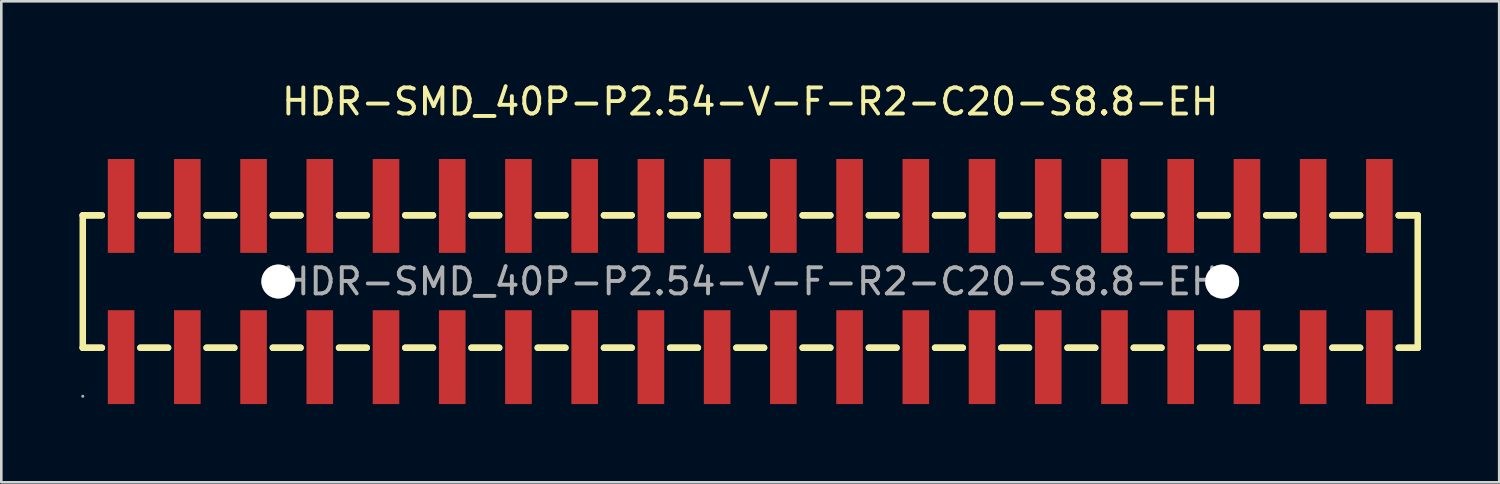
<source format=kicad_pcb>
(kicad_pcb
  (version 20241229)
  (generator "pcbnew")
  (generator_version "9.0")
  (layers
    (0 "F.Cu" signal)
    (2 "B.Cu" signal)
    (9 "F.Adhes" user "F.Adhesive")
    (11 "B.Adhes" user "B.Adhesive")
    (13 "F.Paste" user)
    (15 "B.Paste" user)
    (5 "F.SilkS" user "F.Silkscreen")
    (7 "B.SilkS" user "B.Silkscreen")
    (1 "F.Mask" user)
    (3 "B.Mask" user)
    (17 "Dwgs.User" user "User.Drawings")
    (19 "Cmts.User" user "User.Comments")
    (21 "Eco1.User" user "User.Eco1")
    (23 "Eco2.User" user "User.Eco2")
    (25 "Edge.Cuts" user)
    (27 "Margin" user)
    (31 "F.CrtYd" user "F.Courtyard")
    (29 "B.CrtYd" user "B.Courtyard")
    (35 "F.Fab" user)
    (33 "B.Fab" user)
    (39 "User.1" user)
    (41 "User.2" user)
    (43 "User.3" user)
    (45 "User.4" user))
  (footprint "HDR-SMD_40P-P2.54-V-F-R2-C20-S8.8-EH"
    (layer "F.Cu")
    (at 25.725 7.748)
    (property "Reference" "HDR-SMD_40P-P2.54-V-F-R2-C20-S8.8-EH" (at 0 -6.9 0) (layer "F.SilkS") (effects (font (size 1 1) (thickness 0.15))))
    (attr smd)
    (fp_line (start -25.6 -2.54) (end -25.6 2.54) (stroke (width 0.25) (type solid)) (layer "F.SilkS"))
    (fp_line (start -25.6 -2.54) (end -24.87 -2.54) (stroke (width 0.25) (type solid)) (layer "F.SilkS"))
    (fp_line (start -25.6 -2.54) (end -24.87 -2.54) (stroke (width 0.25) (type solid)) (layer "F.SilkS"))
    (fp_line (start -24.87 2.54) (end -25.6 2.54) (stroke (width 0.25) (type solid)) (layer "F.SilkS"))
    (fp_line (start -24.87 2.54) (end -25.6 2.54) (stroke (width 0.25) (type solid)) (layer "F.SilkS"))
    (fp_line (start -23.39 -2.54) (end -22.33 -2.54) (stroke (width 0.25) (type solid)) (layer "F.SilkS"))
    (fp_line (start -23.39 -2.54) (end -22.33 -2.54) (stroke (width 0.25) (type solid)) (layer "F.SilkS"))
    (fp_line (start -22.33 2.54) (end -23.39 2.54) (stroke (width 0.25) (type solid)) (layer "F.SilkS"))
    (fp_line (start -22.33 2.54) (end -23.39 2.54) (stroke (width 0.25) (type solid)) (layer "F.SilkS"))
    (fp_line (start -20.85 -2.54) (end -19.79 -2.54) (stroke (width 0.25) (type solid)) (layer "F.SilkS"))
    (fp_line (start -20.85 -2.54) (end -19.79 -2.54) (stroke (width 0.25) (type solid)) (layer "F.SilkS"))
    (fp_line (start -19.79 2.54) (end -20.85 2.54) (stroke (width 0.25) (type solid)) (layer "F.SilkS"))
    (fp_line (start -19.79 2.54) (end -20.85 2.54) (stroke (width 0.25) (type solid)) (layer "F.SilkS"))
    (fp_line (start -18.31 -2.54) (end -17.25 -2.54) (stroke (width 0.25) (type solid)) (layer "F.SilkS"))
    (fp_line (start -18.31 -2.54) (end -17.25 -2.54) (stroke (width 0.25) (type solid)) (layer "F.SilkS"))
    (fp_line (start -17.25 2.54) (end -18.31 2.54) (stroke (width 0.25) (type solid)) (layer "F.SilkS"))
    (fp_line (start -17.25 2.54) (end -18.31 2.54) (stroke (width 0.25) (type solid)) (layer "F.SilkS"))
    (fp_line (start -15.77 -2.54) (end -14.71 -2.54) (stroke (width 0.25) (type solid)) (layer "F.SilkS"))
    (fp_line (start -15.77 -2.54) (end -14.71 -2.54) (stroke (width 0.25) (type solid)) (layer "F.SilkS"))
    (fp_line (start -14.71 2.54) (end -15.77 2.54) (stroke (width 0.25) (type solid)) (layer "F.SilkS"))
    (fp_line (start -14.71 2.54) (end -15.77 2.54) (stroke (width 0.25) (type solid)) (layer "F.SilkS"))
    (fp_line (start -13.23 -2.54) (end -12.17 -2.54) (stroke (width 0.25) (type solid)) (layer "F.SilkS"))
    (fp_line (start -13.23 -2.54) (end -12.17 -2.54) (stroke (width 0.25) (type solid)) (layer "F.SilkS"))
    (fp_line (start -12.17 2.54) (end -13.23 2.54) (stroke (width 0.25) (type solid)) (layer "F.SilkS"))
    (fp_line (start -12.17 2.54) (end -13.23 2.54) (stroke (width 0.25) (type solid)) (layer "F.SilkS"))
    (fp_line (start -10.69 -2.54) (end -9.63 -2.54) (stroke (width 0.25) (type solid)) (layer "F.SilkS"))
    (fp_line (start -10.69 -2.54) (end -9.63 -2.54) (stroke (width 0.25) (type solid)) (layer "F.SilkS"))
    (fp_line (start -9.63 2.54) (end -10.69 2.54) (stroke (width 0.25) (type solid)) (layer "F.SilkS"))
    (fp_line (start -9.63 2.54) (end -10.69 2.54) (stroke (width 0.25) (type solid)) (layer "F.SilkS"))
    (fp_line (start -8.15 -2.54) (end -7.09 -2.54) (stroke (width 0.25) (type solid)) (layer "F.SilkS"))
    (fp_line (start -8.15 -2.54) (end -7.09 -2.54) (stroke (width 0.25) (type solid)) (layer "F.SilkS"))
    (fp_line (start -7.09 2.54) (end -8.15 2.54) (stroke (width 0.25) (type solid)) (layer "F.SilkS"))
    (fp_line (start -7.09 2.54) (end -8.15 2.54) (stroke (width 0.25) (type solid)) (layer "F.SilkS"))
    (fp_line (start -5.61 -2.54) (end -4.55 -2.54) (stroke (width 0.25) (type solid)) (layer "F.SilkS"))
    (fp_line (start -5.61 -2.54) (end -4.55 -2.54) (stroke (width 0.25) (type solid)) (layer "F.SilkS"))
    (fp_line (start -4.55 2.54) (end -5.61 2.54) (stroke (width 0.25) (type solid)) (layer "F.SilkS"))
    (fp_line (start -4.55 2.54) (end -5.61 2.54) (stroke (width 0.25) (type solid)) (layer "F.SilkS"))
    (fp_line (start -3.07 -2.54) (end -2.01 -2.54) (stroke (width 0.25) (type solid)) (layer "F.SilkS"))
    (fp_line (start -3.07 -2.54) (end -2.01 -2.54) (stroke (width 0.25) (type solid)) (layer "F.SilkS"))
    (fp_line (start -2.01 2.54) (end -3.07 2.54) (stroke (width 0.25) (type solid)) (layer "F.SilkS"))
    (fp_line (start -2.01 2.54) (end -3.07 2.54) (stroke (width 0.25) (type solid)) (layer "F.SilkS"))
    (fp_line (start -0.53 -2.54) (end 0.53 -2.54) (stroke (width 0.25) (type solid)) (layer "F.SilkS"))
    (fp_line (start -0.53 -2.54) (end 0.53 -2.54) (stroke (width 0.25) (type solid)) (layer "F.SilkS"))
    (fp_line (start 0.53 2.54) (end -0.53 2.54) (stroke (width 0.25) (type solid)) (layer "F.SilkS"))
    (fp_line (start 0.53 2.54) (end -0.53 2.54) (stroke (width 0.25) (type solid)) (layer "F.SilkS"))
    (fp_line (start 2.01 -2.54) (end 3.07 -2.54) (stroke (width 0.25) (type solid)) (layer "F.SilkS"))
    (fp_line (start 2.01 -2.54) (end 3.07 -2.54) (stroke (width 0.25) (type solid)) (layer "F.SilkS"))
    (fp_line (start 3.07 2.54) (end 2.01 2.54) (stroke (width 0.25) (type solid)) (layer "F.SilkS"))
    (fp_line (start 3.07 2.54) (end 2.01 2.54) (stroke (width 0.25) (type solid)) (layer "F.SilkS"))
    (fp_line (start 4.55 -2.54) (end 5.61 -2.54) (stroke (width 0.25) (type solid)) (layer "F.SilkS"))
    (fp_line (start 4.55 -2.54) (end 5.61 -2.54) (stroke (width 0.25) (type solid)) (layer "F.SilkS"))
    (fp_line (start 5.61 2.54) (end 4.55 2.54) (stroke (width 0.25) (type solid)) (layer "F.SilkS"))
    (fp_line (start 5.61 2.54) (end 4.55 2.54) (stroke (width 0.25) (type solid)) (layer "F.SilkS"))
    (fp_line (start 7.09 -2.54) (end 8.15 -2.54) (stroke (width 0.25) (type solid)) (layer "F.SilkS"))
    (fp_line (start 7.09 -2.54) (end 8.15 -2.54) (stroke (width 0.25) (type solid)) (layer "F.SilkS"))
    (fp_line (start 8.15 2.54) (end 7.09 2.54) (stroke (width 0.25) (type solid)) (layer "F.SilkS"))
    (fp_line (start 8.15 2.54) (end 7.09 2.54) (stroke (width 0.25) (type solid)) (layer "F.SilkS"))
    (fp_line (start 9.63 -2.54) (end 10.69 -2.54) (stroke (width 0.25) (type solid)) (layer "F.SilkS"))
    (fp_line (start 9.63 -2.54) (end 10.69 -2.54) (stroke (width 0.25) (type solid)) (layer "F.SilkS"))
    (fp_line (start 10.69 2.54) (end 9.63 2.54) (stroke (width 0.25) (type solid)) (layer "F.SilkS"))
    (fp_line (start 10.69 2.54) (end 9.63 2.54) (stroke (width 0.25) (type solid)) (layer "F.SilkS"))
    (fp_line (start 12.17 -2.54) (end 13.23 -2.54) (stroke (width 0.25) (type solid)) (layer "F.SilkS"))
    (fp_line (start 12.17 -2.54) (end 13.23 -2.54) (stroke (width 0.25) (type solid)) (layer "F.SilkS"))
    (fp_line (start 13.23 2.54) (end 12.17 2.54) (stroke (width 0.25) (type solid)) (layer "F.SilkS"))
    (fp_line (start 13.23 2.54) (end 12.17 2.54) (stroke (width 0.25) (type solid)) (layer "F.SilkS"))
    (fp_line (start 14.71 -2.54) (end 15.77 -2.54) (stroke (width 0.25) (type solid)) (layer "F.SilkS"))
    (fp_line (start 14.71 -2.54) (end 15.77 -2.54) (stroke (width 0.25) (type solid)) (layer "F.SilkS"))
    (fp_line (start 15.77 2.54) (end 14.71 2.54) (stroke (width 0.25) (type solid)) (layer "F.SilkS"))
    (fp_line (start 15.77 2.54) (end 14.71 2.54) (stroke (width 0.25) (type solid)) (layer "F.SilkS"))
    (fp_line (start 17.25 -2.54) (end 18.31 -2.54) (stroke (width 0.25) (type solid)) (layer "F.SilkS"))
    (fp_line (start 17.25 -2.54) (end 18.31 -2.54) (stroke (width 0.25) (type solid)) (layer "F.SilkS"))
    (fp_line (start 18.31 2.54) (end 17.25 2.54) (stroke (width 0.25) (type solid)) (layer "F.SilkS"))
    (fp_line (start 18.31 2.54) (end 17.25 2.54) (stroke (width 0.25) (type solid)) (layer "F.SilkS"))
    (fp_line (start 19.79 -2.54) (end 20.85 -2.54) (stroke (width 0.25) (type solid)) (layer "F.SilkS"))
    (fp_line (start 19.79 -2.54) (end 20.85 -2.54) (stroke (width 0.25) (type solid)) (layer "F.SilkS"))
    (fp_line (start 20.85 2.54) (end 19.79 2.54) (stroke (width 0.25) (type solid)) (layer "F.SilkS"))
    (fp_line (start 20.85 2.54) (end 19.79 2.54) (stroke (width 0.25) (type solid)) (layer "F.SilkS"))
    (fp_line (start 22.33 -2.54) (end 23.39 -2.54) (stroke (width 0.25) (type solid)) (layer "F.SilkS"))
    (fp_line (start 22.33 -2.54) (end 23.39 -2.54) (stroke (width 0.25) (type solid)) (layer "F.SilkS"))
    (fp_line (start 23.39 2.54) (end 22.33 2.54) (stroke (width 0.25) (type solid)) (layer "F.SilkS"))
    (fp_line (start 23.39 2.54) (end 22.33 2.54) (stroke (width 0.25) (type solid)) (layer "F.SilkS"))
    (fp_line (start 24.87 -2.54) (end 25.6 -2.54) (stroke (width 0.25) (type solid)) (layer "F.SilkS"))
    (fp_line (start 24.87 -2.54) (end 25.6 -2.54) (stroke (width 0.25) (type solid)) (layer "F.SilkS"))
    (fp_line (start 25.6 -2.54) (end 25.6 2.54) (stroke (width 0.25) (type solid)) (layer "F.SilkS"))
    (fp_line (start 25.6 2.54) (end 24.87 2.54) (stroke (width 0.25) (type solid)) (layer "F.SilkS"))
    (fp_line (start 25.6 2.54) (end 24.87 2.54) (stroke (width 0.25) (type solid)) (layer "F.SilkS"))
    (fp_circle (center -18.1 0) (end -17.85 0) (stroke (width 0.5) (type solid)) (fill no) (layer "Cmts.User"))
    (fp_circle (center 18.1 0) (end 18.35 0) (stroke (width 0.5) (type solid)) (fill no) (layer "Cmts.User"))
    (fp_circle (center -25.6 4.4) (end -25.57 4.4) (stroke (width 0.06) (type solid)) (fill no) (layer "F.Fab"))
    (fp_text user "${REFERENCE}" (at 0 0 0) (layer "F.Fab") (effects (font (size 1 1) (thickness 0.15))))
    (pad "" thru_hole circle (at -18.1 0) (size 1.3 1.3) (drill 1.3) (layers "*.Cu" "*.Mask"))
    (pad "" thru_hole circle (at 18.1 0) (size 1.3 1.3) (drill 1.3) (layers "*.Cu" "*.Mask"))
    (pad "1" smd rect (at -24.13 2.9) (size 1.02 3.6) (layers "F.Cu" "F.Mask" "F.Paste"))
    (pad "2" smd rect (at -24.13 -2.9) (size 1.02 3.6) (layers "F.Cu" "F.Mask" "F.Paste"))
    (pad "3" smd rect (at -21.59 2.9) (size 1.02 3.6) (layers "F.Cu" "F.Mask" "F.Paste"))
    (pad "4" smd rect (at -21.59 -2.9) (size 1.02 3.6) (layers "F.Cu" "F.Mask" "F.Paste"))
    (pad "5" smd rect (at -19.05 2.9 180) (size 1.02 3.6) (layers "F.Cu" "F.Mask" "F.Paste"))
    (pad "6" smd rect (at -19.05 -2.9 180) (size 1.02 3.6) (layers "F.Cu" "F.Mask" "F.Paste"))
    (pad "7" smd rect (at -16.51 2.9 180) (size 1.02 3.6) (layers "F.Cu" "F.Mask" "F.Paste"))
    (pad "8" smd rect (at -16.51 -2.9 180) (size 1.02 3.6) (layers "F.Cu" "F.Mask" "F.Paste"))
    (pad "9" smd rect (at -13.97 2.9 180) (size 1.02 3.6) (layers "F.Cu" "F.Mask" "F.Paste"))
    (pad "10" smd rect (at -13.97 -2.9 180) (size 1.02 3.6) (layers "F.Cu" "F.Mask" "F.Paste"))
    (pad "11" smd rect (at -11.43 2.9 180) (size 1.02 3.6) (layers "F.Cu" "F.Mask" "F.Paste"))
    (pad "12" smd rect (at -11.43 -2.9 180) (size 1.02 3.6) (layers "F.Cu" "F.Mask" "F.Paste"))
    (pad "13" smd rect (at -8.89 2.9 180) (size 1.02 3.6) (layers "F.Cu" "F.Mask" "F.Paste"))
    (pad "14" smd rect (at -8.89 -2.9 180) (size 1.02 3.6) (layers "F.Cu" "F.Mask" "F.Paste"))
    (pad "15" smd rect (at -6.35 2.9 180) (size 1.02 3.6) (layers "F.Cu" "F.Mask" "F.Paste"))
    (pad "16" smd rect (at -6.35 -2.9 180) (size 1.02 3.6) (layers "F.Cu" "F.Mask" "F.Paste"))
    (pad "17" smd rect (at -3.81 2.9 180) (size 1.02 3.6) (layers "F.Cu" "F.Mask" "F.Paste"))
    (pad "18" smd rect (at -3.81 -2.9 180) (size 1.02 3.6) (layers "F.Cu" "F.Mask" "F.Paste"))
    (pad "19" smd rect (at -1.27 2.9 180) (size 1.02 3.6) (layers "F.Cu" "F.Mask" "F.Paste"))
    (pad "20" smd rect (at -1.27 -2.9 180) (size 1.02 3.6) (layers "F.Cu" "F.Mask" "F.Paste"))
    (pad "21" smd rect (at 1.27 2.9 180) (size 1.02 3.6) (layers "F.Cu" "F.Mask" "F.Paste"))
    (pad "22" smd rect (at 1.27 -2.9 180) (size 1.02 3.6) (layers "F.Cu" "F.Mask" "F.Paste"))
    (pad "23" smd rect (at 3.81 2.9 180) (size 1.02 3.6) (layers "F.Cu" "F.Mask" "F.Paste"))
    (pad "24" smd rect (at 3.81 -2.9 180) (size 1.02 3.6) (layers "F.Cu" "F.Mask" "F.Paste"))
    (pad "25" smd rect (at 6.35 2.9 180) (size 1.02 3.6) (layers "F.Cu" "F.Mask" "F.Paste"))
    (pad "26" smd rect (at 6.35 -2.9 180) (size 1.02 3.6) (layers "F.Cu" "F.Mask" "F.Paste"))
    (pad "27" smd rect (at 8.89 2.9 180) (size 1.02 3.6) (layers "F.Cu" "F.Mask" "F.Paste"))
    (pad "28" smd rect (at 8.89 -2.9 180) (size 1.02 3.6) (layers "F.Cu" "F.Mask" "F.Paste"))
    (pad "29" smd rect (at 11.43 2.9 180) (size 1.02 3.6) (layers "F.Cu" "F.Mask" "F.Paste"))
    (pad "30" smd rect (at 11.43 -2.9 180) (size 1.02 3.6) (layers "F.Cu" "F.Mask" "F.Paste"))
    (pad "31" smd rect (at 13.97 2.9 180) (size 1.02 3.6) (layers "F.Cu" "F.Mask" "F.Paste"))
    (pad "32" smd rect (at 13.97 -2.9 180) (size 1.02 3.6) (layers "F.Cu" "F.Mask" "F.Paste"))
    (pad "33" smd rect (at 16.51 2.9 180) (size 1.02 3.6) (layers "F.Cu" "F.Mask" "F.Paste"))
    (pad "34" smd rect (at 16.51 -2.9 180) (size 1.02 3.6) (layers "F.Cu" "F.Mask" "F.Paste"))
    (pad "35" smd rect (at 19.05 2.9 180) (size 1.02 3.6) (layers "F.Cu" "F.Mask" "F.Paste"))
    (pad "36" smd rect (at 19.05 -2.9 180) (size 1.02 3.6) (layers "F.Cu" "F.Mask" "F.Paste"))
    (pad "37" smd rect (at 21.59 2.9 180) (size 1.02 3.6) (layers "F.Cu" "F.Mask" "F.Paste"))
    (pad "38" smd rect (at 21.59 -2.9 180) (size 1.02 3.6) (layers "F.Cu" "F.Mask" "F.Paste"))
    (pad "39" smd rect (at 24.13 2.9 180) (size 1.02 3.6) (layers "F.Cu" "F.Mask" "F.Paste"))
    (pad "40" smd rect (at 24.13 -2.9 180) (size 1.02 3.6) (layers "F.Cu" "F.Mask" "F.Paste")))
  (gr_rect
    (start -3 -3)
    (end 54.45 15.448)
    (stroke (width 0.1) (type default))
    (fill no)
    (layer "Edge.Cuts")))
</source>
